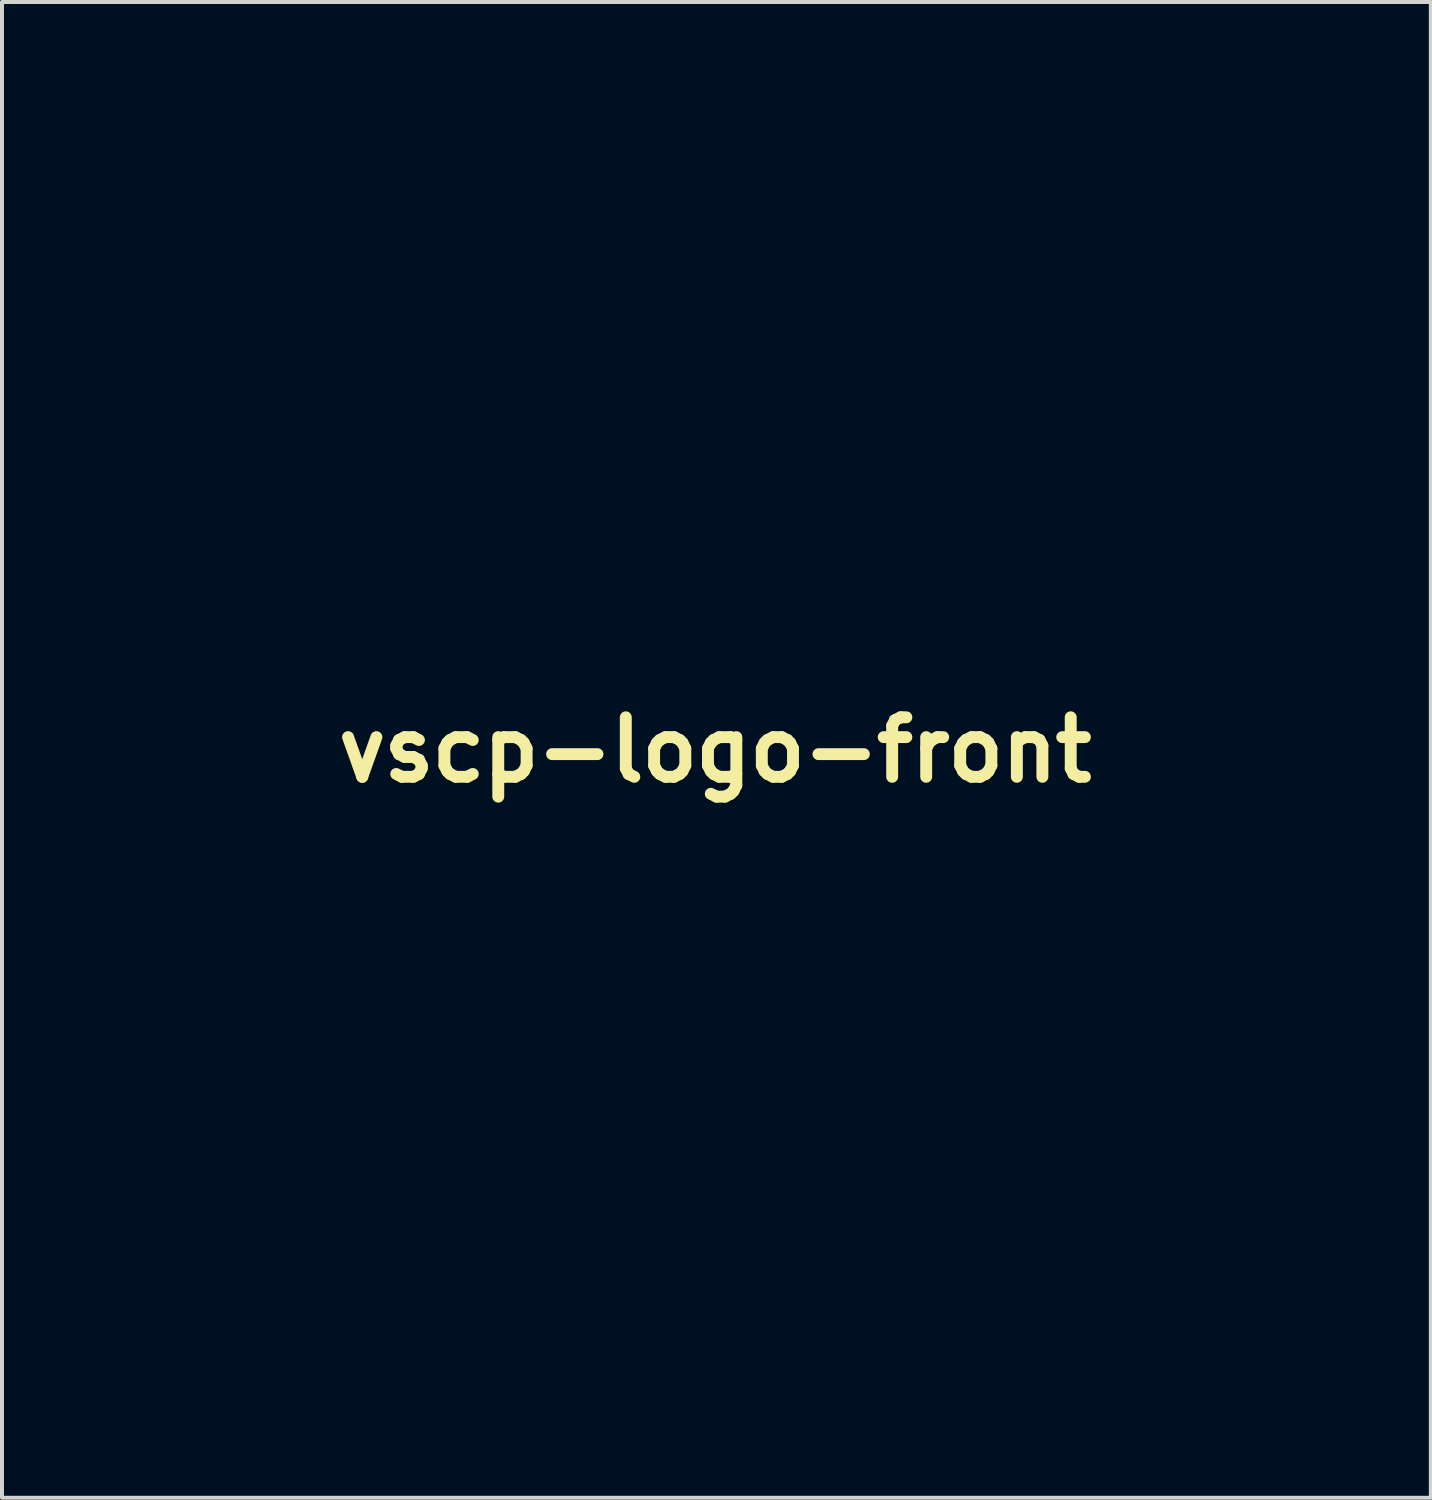
<source format=kicad_pcb>
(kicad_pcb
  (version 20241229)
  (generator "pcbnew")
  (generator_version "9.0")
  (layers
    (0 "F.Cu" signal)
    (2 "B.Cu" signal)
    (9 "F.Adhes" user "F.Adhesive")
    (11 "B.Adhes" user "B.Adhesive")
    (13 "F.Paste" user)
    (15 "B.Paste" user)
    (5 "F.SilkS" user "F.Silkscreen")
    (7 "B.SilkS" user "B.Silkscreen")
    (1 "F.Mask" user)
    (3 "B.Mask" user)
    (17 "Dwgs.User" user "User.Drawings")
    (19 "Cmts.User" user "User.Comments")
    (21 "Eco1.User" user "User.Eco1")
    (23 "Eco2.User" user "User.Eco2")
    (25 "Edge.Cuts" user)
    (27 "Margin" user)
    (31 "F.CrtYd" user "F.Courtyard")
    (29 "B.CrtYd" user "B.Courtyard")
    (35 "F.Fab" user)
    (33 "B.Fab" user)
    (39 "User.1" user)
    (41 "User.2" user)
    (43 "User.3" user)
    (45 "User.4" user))
  (footprint "vscp-logo-front"
    (layer "F.Cu")
    (at 14.973 15.851)
    (property "Reference" "vscp-logo-front" (at 0 0 0) (layer "F.SilkS") (effects (font (size 1.5 1.5) (thickness 0.3))))
    (attr board_only exclude_from_pos_files exclude_from_bom)
    (fp_poly (pts (xy -11.166 -3.618) (xy -11.19 -3.594) (xy -11.214 -3.618) (xy -11.19 -3.642)) (stroke (width 0) (type solid)) (fill yes) (layer "F.Mask"))
    (fp_poly (pts (xy -10.879 -3.091) (xy -10.903 -3.067) (xy -10.927 -3.091) (xy -10.903 -3.115)) (stroke (width 0) (type solid)) (fill yes) (layer "F.Mask"))
    (fp_poly (pts (xy -14.394 -1.162) (xy -14.387 -1.064) (xy -14.394 -1.042) (xy -14.411 -1.036) (xy -14.418 -1.102) (xy -14.41 -1.17)) (stroke (width 0) (type solid)) (fill yes) (layer "F.Mask"))
    (fp_poly (pts (xy -14.345 -2.309) (xy -14.339 -2.234) (xy -14.348 -2.218) (xy -14.37 -2.232) (xy -14.374 -2.28) (xy -14.362 -2.332)) (stroke (width 0) (type solid)) (fill yes) (layer "F.Mask"))
    (fp_poly (pts (xy -14.345 -0.92) (xy -14.339 -0.845) (xy -14.348 -0.828) (xy -14.37 -0.842) (xy -14.374 -0.891) (xy -14.362 -0.942)) (stroke (width 0) (type solid)) (fill yes) (layer "F.Mask"))
    (fp_poly (pts (xy -11.994 -4.342) (xy -12.008 -4.32) (xy -12.057 -4.317) (xy -12.108 -4.329) (xy -12.086 -4.346) (xy -12.011 -4.352)) (stroke (width 0) (type solid)) (fill yes) (layer "F.Mask"))
    (fp_poly (pts (xy -11.23 -0.488) (xy -11.224 -0.413) (xy -11.233 -0.396) (xy -11.255 -0.411) (xy -11.258 -0.459) (xy -11.247 -0.51)) (stroke (width 0) (type solid)) (fill yes) (layer "F.Mask"))
    (fp_poly (pts (xy -11.182 -2.261) (xy -11.176 -2.187) (xy -11.185 -2.17) (xy -11.207 -2.184) (xy -11.211 -2.232) (xy -11.199 -2.284)) (stroke (width 0) (type solid)) (fill yes) (layer "F.Mask"))
    (fp_poly (pts (xy -8.639 -5.349) (xy -8.654 -5.327) (xy -8.702 -5.323) (xy -8.753 -5.335) (xy -8.731 -5.352) (xy -8.656 -5.358)) (stroke (width 0) (type solid)) (fill yes) (layer "F.Mask"))
    (fp_poly (pts (xy -7.825 -5.349) (xy -7.839 -5.327) (xy -7.888 -5.323) (xy -7.939 -5.335) (xy -7.917 -5.352) (xy -7.842 -5.358)) (stroke (width 0) (type solid)) (fill yes) (layer "F.Mask"))
    (fp_poly (pts (xy -14.439 -1.665) (xy -14.431 -1.511) (xy -14.439 -1.402) (xy -14.449 -1.372) (xy -14.457 -1.426) (xy -14.459 -1.534) (xy -14.456 -1.652) (xy -14.448 -1.696)) (stroke (width 0) (type solid)) (fill yes) (layer "F.Mask"))
    (fp_poly (pts (xy -14.392 -2.097) (xy -14.385 -1.975) (xy -14.392 -1.929) (xy -14.406 -1.914) (xy -14.414 -1.98) (xy -14.414 -2.013) (xy -14.409 -2.1) (xy -14.397 -2.11)) (stroke (width 0) (type solid)) (fill yes) (layer "F.Mask"))
    (fp_poly (pts (xy -11.276 -1.737) (xy -11.269 -1.612) (xy -11.277 -1.545) (xy -11.29 -1.534) (xy -11.297 -1.603) (xy -11.298 -1.653) (xy -11.293 -1.746) (xy -11.283 -1.76)) (stroke (width 0) (type solid)) (fill yes) (layer "F.Mask"))
    (fp_poly (pts (xy -11.276 -0.826) (xy -11.269 -0.701) (xy -11.277 -0.634) (xy -11.29 -0.623) (xy -11.297 -0.692) (xy -11.298 -0.743) (xy -11.293 -0.836) (xy -11.283 -0.85)) (stroke (width 0) (type solid)) (fill yes) (layer "F.Mask"))
    (fp_poly (pts (xy -11.231 -2.056) (xy -11.229 -2.048) (xy -11.222 -1.943) (xy -11.231 -1.904) (xy -11.247 -1.902) (xy -11.253 -1.978) (xy -11.253 -1.989) (xy -11.246 -2.063)) (stroke (width 0) (type solid)) (fill yes) (layer "F.Mask"))
    (fp_poly (pts (xy -11.077 -2.588) (xy -11.096 -2.485) (xy -11.118 -2.42) (xy -11.15 -2.368) (xy -11.16 -2.396) (xy -11.141 -2.499) (xy -11.118 -2.564) (xy -11.087 -2.616)) (stroke (width 0) (type solid)) (fill yes) (layer "F.Mask"))
    (fp_poly (pts (xy -8.834 -5.298) (xy -8.866 -5.272) (xy -8.953 -5.231) (xy -8.986 -5.225) (xy -8.994 -5.245) (xy -8.962 -5.272) (xy -8.875 -5.312) (xy -8.842 -5.318)) (stroke (width 0) (type solid)) (fill yes) (layer "F.Mask"))
    (fp_poly (pts (xy -6.583 -3.733) (xy -6.58 -3.725) (xy -6.573 -3.621) (xy -6.582 -3.581) (xy -6.598 -3.58) (xy -6.604 -3.655) (xy -6.604 -3.666) (xy -6.597 -3.741)) (stroke (width 0) (type solid)) (fill yes) (layer "F.Mask"))
    (fp_poly (pts (xy -11.832 -4.286) (xy -11.763 -4.243) (xy -11.697 -4.186) (xy -11.709 -4.178) (xy -11.792 -4.216) (xy -11.837 -4.241) (xy -11.906 -4.289) (xy -11.908 -4.311) (xy -11.906 -4.312)) (stroke (width 0) (type solid)) (fill yes) (layer "F.Mask"))
    (fp_poly (pts (xy -6.531 -3.271) (xy -6.531 -3.27) (xy -6.523 -3.114) (xy -6.531 -2.982) (xy -6.541 -2.956) (xy -6.548 -3.013) (xy -6.551 -3.139) (xy -6.548 -3.262) (xy -6.541 -3.309)) (stroke (width 0) (type solid)) (fill yes) (layer "F.Mask"))
    (fp_poly (pts (xy -8.135 -5.402) (xy -8.099 -5.393) (xy -8.148 -5.386) (xy -8.271 -5.383) (xy -8.291 -5.383) (xy -8.423 -5.385) (xy -8.481 -5.392) (xy -8.456 -5.401) (xy -8.447 -5.402) (xy -8.279 -5.41)) (stroke (width 0) (type solid)) (fill yes) (layer "F.Mask"))
    (fp_poly (pts (xy -14.206 -2.693) (xy -14.245 -2.572) (xy -14.258 -2.54) (xy -14.298 -2.451) (xy -14.321 -2.432) (xy -14.324 -2.444) (xy -14.306 -2.536) (xy -14.26 -2.658) (xy -14.259 -2.66) (xy -14.213 -2.748) (xy -14.195 -2.755)) (stroke (width 0) (type solid)) (fill yes) (layer "F.Mask"))
    (fp_poly (pts (xy -11.12 -3.505) (xy -11.074 -3.39) (xy -11.071 -3.379) (xy -11.039 -3.262) (xy -11.031 -3.191) (xy -11.034 -3.184) (xy -11.059 -3.211) (xy -11.097 -3.303) (xy -11.109 -3.34) (xy -11.143 -3.474) (xy -11.145 -3.531)) (stroke (width 0) (type solid)) (fill yes) (layer "F.Mask"))
    (fp_poly (pts (xy -10.975 -3.039) (xy -10.972 -3.036) (xy -10.95 -2.962) (xy -10.991 -2.835) (xy -10.997 -2.822) (xy -11.038 -2.741) (xy -11.051 -2.731) (xy -11.047 -2.748) (xy -11.028 -2.865) (xy -11.023 -2.961) (xy -11.011 -3.044)) (stroke (width 0) (type solid)) (fill yes) (layer "F.Mask"))
    (fp_poly (pts (xy -9.109 -5.184) (xy -9.196 -5.124) (xy -9.253 -5.09) (xy -9.364 -5.03) (xy -9.432 -5.001) (xy -9.441 -5.003) (xy -9.405 -5.04) (xy -9.318 -5.1) (xy -9.213 -5.162) (xy -9.123 -5.207) (xy -9.082 -5.216)) (stroke (width 0) (type solid)) (fill yes) (layer "F.Mask"))
    (fp_poly (pts (xy -10.62 -3.652) (xy -10.662 -3.551) (xy -10.716 -3.439) (xy -10.799 -3.275) (xy -10.849 -3.187) (xy -10.873 -3.161) (xy -10.879 -3.181) (xy -10.859 -3.242) (xy -10.809 -3.351) (xy -10.744 -3.479) (xy -10.679 -3.597) (xy -10.63 -3.675) (xy -10.614 -3.69)) (stroke (width 0) (type solid)) (fill yes) (layer "F.Mask"))
    (fp_poly (pts (xy -4.567 -9.622) (xy -4.565 -9.595) (xy -4.559 -9.375) (xy -4.56 -9.14) (xy -4.565 -9.02) (xy -4.572 -8.96) (xy -4.577 -8.987) (xy -4.581 -9.094) (xy -4.582 -9.271) (xy -4.582 -9.321) (xy -4.581 -9.511) (xy -4.578 -9.629) (xy -4.573 -9.669)) (stroke (width 0) (type solid)) (fill yes) (layer "F.Mask"))
    (fp_poly (pts (xy -11.592 -4.125) (xy -11.523 -4.063) (xy -11.483 -4.026) (xy -11.379 -3.92) (xy -11.289 -3.816) (xy -11.23 -3.734) (xy -11.218 -3.693) (xy -11.225 -3.692) (xy -11.26 -3.727) (xy -11.34 -3.816) (xy -11.448 -3.94) (xy -11.451 -3.944) (xy -11.558 -4.07) (xy -11.605 -4.129)) (stroke (width 0) (type solid)) (fill yes) (layer "F.Mask"))
    (fp_poly (pts (xy -5.648 -12.565) (xy -5.589 -12.464) (xy -5.517 -12.326) (xy -5.442 -12.176) (xy -5.379 -12.04) (xy -5.338 -11.941) (xy -5.331 -11.906) (xy -5.358 -11.938) (xy -5.416 -12.037) (xy -5.494 -12.185) (xy -5.525 -12.246) (xy -5.603 -12.409) (xy -5.658 -12.533) (xy -5.681 -12.599) (xy -5.679 -12.604)) (stroke (width 0) (type solid)) (fill yes) (layer "F.Mask"))
    (fp_poly (pts (xy -3.801 -10.033) (xy -3.707 -9.954) (xy -3.593 -9.846) (xy -3.477 -9.728) (xy -3.38 -9.621) (xy -3.321 -9.543) (xy -3.312 -9.515) (xy -3.354 -9.536) (xy -3.446 -9.612) (xy -3.569 -9.728) (xy -3.62 -9.778) (xy -3.742 -9.907) (xy -3.826 -10.006) (xy -3.859 -10.059) (xy -3.855 -10.064)) (stroke (width 0) (type solid)) (fill yes) (layer "F.Mask"))
    (fp_poly (pts (xy -12.313 -10.973) (xy -12.223 -10.962) (xy -12.092 -10.938) (xy -11.94 -10.905) (xy -11.791 -10.87) (xy -11.663 -10.836) (xy -11.579 -10.809) (xy -11.56 -10.794) (xy -11.574 -10.793) (xy -11.697 -10.803) (xy -11.872 -10.83) (xy -12.025 -10.86) (xy -12.207 -10.903) (xy -12.325 -10.939) (xy -12.37 -10.963) (xy -12.331 -10.973)) (stroke (width 0) (type solid)) (fill yes) (layer "F.Mask"))
    (fp_poly (pts (xy -5.697 -10.399) (xy -5.793 -10.338) (xy -5.938 -10.259) (xy -5.984 -10.235) (xy -6.17 -10.143) (xy -6.285 -10.09) (xy -6.347 -10.069) (xy -6.371 -10.075) (xy -6.374 -10.088) (xy -6.334 -10.121) (xy -6.232 -10.18) (xy -6.093 -10.252) (xy -5.942 -10.325) (xy -5.804 -10.387) (xy -5.705 -10.425) (xy -5.669 -10.43)) (stroke (width 0) (type solid)) (fill yes) (layer "F.Mask"))
    (fp_poly (pts (xy -4.232 -12.727) (xy -4.243 -12.617) (xy -4.245 -12.604) (xy -4.272 -12.427) (xy -4.314 -12.222) (xy -4.337 -12.125) (xy -4.375 -11.98) (xy -4.393 -11.925) (xy -4.394 -11.954) (xy -4.383 -12.064) (xy -4.382 -12.077) (xy -4.354 -12.254) (xy -4.312 -12.46) (xy -4.289 -12.556) (xy -4.251 -12.701) (xy -4.233 -12.756)) (stroke (width 0) (type solid)) (fill yes) (layer "F.Mask"))
    (fp_poly (pts (xy -10.368 -9.609) (xy -10.39 -9.513) (xy -10.422 -9.358) (xy -10.452 -9.202) (xy -10.488 -9.03) (xy -10.525 -8.89) (xy -10.553 -8.818) (xy -10.581 -8.788) (xy -10.578 -8.844) (xy -10.574 -8.866) (xy -10.553 -8.976) (xy -10.522 -9.141) (xy -10.492 -9.297) (xy -10.456 -9.464) (xy -10.418 -9.595) (xy -10.388 -9.657) (xy -10.359 -9.666)) (stroke (width 0) (type solid)) (fill yes) (layer "F.Mask"))
    (fp_poly (pts (xy -11.279 -12.394) (xy -11.273 -12.388) (xy -11.23 -12.321) (xy -11.169 -12.192) (xy -11.099 -12.028) (xy -11.032 -11.855) (xy -10.976 -11.698) (xy -10.943 -11.582) (xy -10.939 -11.537) (xy -10.962 -11.557) (xy -11.01 -11.649) (xy -11.075 -11.797) (xy -11.113 -11.891) (xy -11.204 -12.121) (xy -11.264 -12.274) (xy -11.297 -12.365) (xy -11.307 -12.407) (xy -11.3 -12.412)) (stroke (width 0) (type solid)) (fill yes) (layer "F.Mask"))
    (fp_poly (pts (xy -2.785 -12.042) (xy -2.828 -11.992) (xy -2.931 -11.898) (xy -3.077 -11.773) (xy -3.229 -11.65) (xy -3.418 -11.502) (xy -3.562 -11.394) (xy -3.656 -11.33) (xy -3.694 -11.314) (xy -3.669 -11.348) (xy -3.575 -11.436) (xy -3.537 -11.471) (xy -3.377 -11.608) (xy -3.211 -11.744) (xy -3.054 -11.867) (xy -2.92 -11.966) (xy -2.825 -12.03) (xy -2.785 -12.046)) (stroke (width 0) (type solid)) (fill yes) (layer "F.Mask"))
    (fp_poly (pts (xy -9.615 -10.036) (xy -9.518 -9.968) (xy -9.383 -9.868) (xy -9.228 -9.749) (xy -9.072 -9.626) (xy -8.932 -9.512) (xy -8.826 -9.423) (xy -8.773 -9.371) (xy -8.77 -9.365) (xy -8.777 -9.351) (xy -8.805 -9.36) (xy -8.866 -9.4) (xy -8.972 -9.48) (xy -9.135 -9.608) (xy -9.24 -9.691) (xy -9.409 -9.828) (xy -9.544 -9.943) (xy -9.631 -10.024) (xy -9.656 -10.057)) (stroke (width 0) (type solid)) (fill yes) (layer "F.Mask"))
    (fp_poly (pts (xy -6.661 -11.531) (xy -6.561 -11.51) (xy -6.395 -11.48) (xy -6.194 -11.445) (xy -6.116 -11.432) (xy -5.924 -11.398) (xy -5.771 -11.366) (xy -5.68 -11.342) (xy -5.664 -11.335) (xy -5.668 -11.318) (xy -5.734 -11.318) (xy -5.872 -11.334) (xy -6.09 -11.369) (xy -6.263 -11.4) (xy -6.459 -11.438) (xy -6.62 -11.475) (xy -6.721 -11.506) (xy -6.742 -11.518) (xy -6.733 -11.538)) (stroke (width 0) (type solid)) (fill yes) (layer "F.Mask"))
    (fp_poly (pts (xy -9.654 -12.785) (xy -9.66 -12.735) (xy -9.689 -12.61) (xy -9.736 -12.427) (xy -9.799 -12.203) (xy -9.822 -12.122) (xy -9.889 -11.898) (xy -9.946 -11.718) (xy -9.988 -11.597) (xy -10.01 -11.549) (xy -10.013 -11.553) (xy -10.002 -11.639) (xy -9.97 -11.78) (xy -9.941 -11.889) (xy -9.849 -12.205) (xy -9.78 -12.44) (xy -9.73 -12.604) (xy -9.695 -12.71) (xy -9.673 -12.767) (xy -9.66 -12.787)) (stroke (width 0) (type solid)) (fill yes) (layer "F.Mask"))
    (fp_poly (pts (xy -9.626 -4.862) (xy -9.695 -4.785) (xy -9.825 -4.653) (xy -9.83 -4.649) (xy -10.007 -4.464) (xy -10.18 -4.267) (xy -10.322 -4.089) (xy -10.376 -4.014) (xy -10.478 -3.864) (xy -10.548 -3.771) (xy -10.581 -3.74) (xy -10.57 -3.778) (xy -10.51 -3.887) (xy -10.398 -4.053) (xy -10.238 -4.256) (xy -10.053 -4.469) (xy -9.867 -4.665) (xy -9.704 -4.817) (xy -9.681 -4.836) (xy -9.62 -4.88)) (stroke (width 0) (type solid)) (fill yes) (layer "F.Mask"))
    (fp_poly (pts (xy -6.653 1.339) (xy -6.579 1.401) (xy -6.462 1.526) (xy -6.454 1.535) (xy -6.302 1.732) (xy -6.195 1.928) (xy -6.142 2.102) (xy -6.15 2.225) (xy -6.204 2.296) (xy -6.267 2.281) (xy -6.329 2.186) (xy -6.364 2.083) (xy -6.453 1.88) (xy -6.601 1.673) (xy -6.622 1.65) (xy -6.73 1.528) (xy -6.779 1.451) (xy -6.779 1.399) (xy -6.749 1.361) (xy -6.704 1.329)) (stroke (width 0) (type solid)) (fill yes) (layer "F.Mask"))
    (fp_poly (pts (xy -8.197 -11.157) (xy -8.198 -11.15) (xy -8.254 -11.132) (xy -8.384 -11.105) (xy -8.568 -11.074) (xy -8.749 -11.046) (xy -8.975 -11.013) (xy -9.176 -10.983) (xy -9.327 -10.958) (xy -9.393 -10.946) (xy -9.47 -10.939) (xy -9.465 -10.965) (xy -9.399 -10.99) (xy -9.261 -11.022) (xy -9.078 -11.053) (xy -8.986 -11.066) (xy -8.766 -11.096) (xy -8.558 -11.124) (xy -8.398 -11.146) (xy -8.363 -11.152) (xy -8.251 -11.163)) (stroke (width 0) (type solid)) (fill yes) (layer "F.Mask"))
    (fp_poly (pts (xy -12.615 -4.345) (xy -12.68 -4.311) (xy -12.781 -4.272) (xy -13.144 -4.1) (xy -13.471 -3.846) (xy -13.766 -3.505) (xy -13.998 -3.139) (xy -14.084 -2.99) (xy -14.149 -2.886) (xy -14.183 -2.844) (xy -14.185 -2.847) (xy -14.157 -2.941) (xy -14.08 -3.089) (xy -13.968 -3.269) (xy -13.834 -3.461) (xy -13.692 -3.645) (xy -13.555 -3.801) (xy -13.534 -3.822) (xy -13.327 -4.007) (xy -13.106 -4.165) (xy -12.892 -4.283) (xy -12.708 -4.35) (xy -12.628 -4.359)) (stroke (width 0) (type solid)) (fill yes) (layer "F.Mask"))
    (fp_poly (pts (xy -12.639 -2.575) (xy -12.602 -2.548) (xy -12.494 -2.46) (xy -12.606 -2.309) (xy -12.704 -2.109) (xy -12.744 -1.874) (xy -12.725 -1.64) (xy -12.647 -1.443) (xy -12.643 -1.438) (xy -12.519 -1.304) (xy -12.377 -1.225) (xy -12.377 -1.225) (xy -12.293 -1.189) (xy -12.251 -1.136) (xy -12.252 -1.047) (xy -12.297 -0.906) (xy -12.385 -0.697) (xy -12.39 -0.686) (xy -12.519 -0.472) (xy -12.673 -0.34) (xy -12.844 -0.295) (xy -13.021 -0.339) (xy -13.125 -0.409) (xy -13.263 -0.58) (xy -13.369 -0.82) (xy -13.439 -1.108) (xy -13.471 -1.423) (xy -13.461 -1.741) (xy -13.406 -2.043) (xy -13.388 -2.101) (xy -13.281 -2.337) (xy -13.14 -2.51) (xy -12.978 -2.612) (xy -12.807 -2.636)) (stroke (width 0) (type solid)) (fill yes) (layer "F.Mask"))
    (fp_poly (pts (xy -2.73 -4.792) (xy -2.7 -4.562) (xy -2.655 -4.33) (xy -2.604 -4.141) (xy -2.597 -4.122) (xy -2.461 -3.745) (xy -2.355 -3.442) (xy -2.273 -3.196) (xy -2.212 -2.989) (xy -2.166 -2.806) (xy -2.131 -2.631) (xy -2.102 -2.445) (xy -2.086 -2.329) (xy -2.053 -2.07) (xy -2.035 -1.895) (xy -2.03 -1.79) (xy -2.038 -1.743) (xy -2.06 -1.743) (xy -2.077 -1.757) (xy -2.098 -1.822) (xy -2.108 -1.941) (xy -2.109 -1.964) (xy -2.125 -2.208) (xy -2.171 -2.508) (xy -2.239 -2.835) (xy -2.323 -3.157) (xy -2.416 -3.441) (xy -2.429 -3.475) (xy -2.565 -3.841) (xy -2.663 -4.14) (xy -2.728 -4.39) (xy -2.763 -4.611) (xy -2.773 -4.82) (xy -2.773 -4.863) (xy -2.766 -5.2)) (stroke (width 0) (type solid)) (fill yes) (layer "F.Mask"))
    (fp_poly (pts (xy -0.589 -5.631) (xy -0.608 -5.504) (xy -0.644 -5.326) (xy -0.676 -5.19) (xy -0.739 -4.889) (xy -0.776 -4.602) (xy -0.786 -4.31) (xy -0.77 -3.993) (xy -0.725 -3.633) (xy -0.652 -3.21) (xy -0.605 -2.971) (xy -0.547 -2.687) (xy -0.494 -2.432) (xy -0.45 -2.221) (xy -0.418 -2.072) (xy -0.401 -2.001) (xy -0.399 -1.931) (xy -0.418 -1.917) (xy -0.439 -1.962) (xy -0.474 -2.088) (xy -0.52 -2.281) (xy -0.575 -2.528) (xy -0.634 -2.816) (xy -0.662 -2.959) (xy -0.742 -3.383) (xy -0.8 -3.731) (xy -0.837 -4.019) (xy -0.854 -4.266) (xy -0.851 -4.487) (xy -0.83 -4.7) (xy -0.792 -4.922) (xy -0.764 -5.05) (xy -0.718 -5.256) (xy -0.678 -5.438) (xy -0.65 -5.567) (xy -0.642 -5.601) (xy -0.615 -5.676) (xy -0.59 -5.686)) (stroke (width 0) (type solid)) (fill yes) (layer "F.Mask"))
    (fp_poly (pts (xy 8.282 -12.199) (xy 8.327 -12.195) (xy 8.661 -12.133) (xy 9.004 -12.021) (xy 9.332 -11.869) (xy 9.621 -11.691) (xy 9.846 -11.496) (xy 9.903 -11.429) (xy 10.02 -11.286) (xy 10.159 -11.124) (xy 10.222 -11.054) (xy 10.397 -10.797) (xy 10.524 -10.461) (xy 10.603 -10.046) (xy 10.627 -9.765) (xy 10.635 -9.566) (xy 10.635 -9.41) (xy 10.629 -9.316) (xy 10.622 -9.297) (xy 10.605 -9.341) (xy 10.594 -9.453) (xy 10.591 -9.573) (xy 10.57 -9.934) (xy 10.514 -10.284) (xy 10.427 -10.591) (xy 10.378 -10.711) (xy 10.295 -10.851) (xy 10.166 -11.031) (xy 10.011 -11.221) (xy 9.922 -11.321) (xy 9.621 -11.606) (xy 9.3 -11.826) (xy 8.935 -11.993) (xy 8.503 -12.121) (xy 8.483 -12.125) (xy 8.303 -12.168) (xy 8.213 -12.194) (xy 8.208 -12.203)) (stroke (width 0) (type solid)) (fill yes) (layer "F.Mask"))
    (fp_poly (pts (xy 9.359 -12.752) (xy 9.526 -12.724) (xy 9.726 -12.678) (xy 9.939 -12.619) (xy 10.001 -12.599) (xy 10.279 -12.486) (xy 10.554 -12.333) (xy 10.798 -12.16) (xy 10.982 -11.984) (xy 11.005 -11.956) (xy 11.125 -11.807) (xy 11.253 -11.662) (xy 11.281 -11.632) (xy 11.383 -11.5) (xy 11.486 -11.329) (xy 11.529 -11.242) (xy 11.603 -11.032) (xy 11.665 -10.766) (xy 11.711 -10.482) (xy 11.733 -10.217) (xy 11.729 -10.04) (xy 11.718 -9.934) (xy 11.71 -9.911) (xy 11.705 -9.975) (xy 11.7 -10.088) (xy 11.678 -10.349) (xy 11.635 -10.633) (xy 11.577 -10.907) (xy 11.512 -11.141) (xy 11.459 -11.275) (xy 11.344 -11.461) (xy 11.169 -11.677) (xy 10.958 -11.901) (xy 10.732 -12.112) (xy 10.512 -12.287) (xy 10.324 -12.405) (xy 10.091 -12.506) (xy 9.837 -12.595) (xy 9.591 -12.662) (xy 9.387 -12.697) (xy 9.326 -12.7) (xy 9.234 -12.714) (xy 9.202 -12.741) (xy 9.244 -12.759)) (stroke (width 0) (type solid)) (fill yes) (layer "F.Mask"))
    (fp_poly (pts (xy -9.156 -2.599) (xy -9.044 -2.557) (xy -8.948 -2.504) (xy -8.929 -2.473) (xy -8.981 -2.446) (xy -8.999 -2.439) (xy -9.146 -2.335) (xy -9.244 -2.158) (xy -9.286 -1.918) (xy -9.285 -1.779) (xy -9.27 -1.603) (xy -9.241 -1.489) (xy -9.184 -1.404) (xy -9.114 -1.336) (xy -8.997 -1.249) (xy -8.893 -1.202) (xy -8.869 -1.198) (xy -8.766 -1.231) (xy -8.646 -1.311) (xy -8.54 -1.413) (xy -8.481 -1.507) (xy -8.478 -1.526) (xy -8.466 -1.541) (xy -8.442 -1.476) (xy -8.437 -1.455) (xy -8.42 -1.256) (xy -8.444 -1.009) (xy -8.502 -0.751) (xy -8.587 -0.519) (xy -8.615 -0.465) (xy -8.781 -0.239) (xy -8.994 -0.072) (xy -9.232 0.028) (xy -9.479 0.055) (xy -9.716 0.002) (xy -9.804 -0.042) (xy -10.031 -0.233) (xy -10.203 -0.482) (xy -10.32 -0.774) (xy -10.381 -1.092) (xy -10.389 -1.42) (xy -10.342 -1.741) (xy -10.24 -2.039) (xy -10.085 -2.298) (xy -9.877 -2.5) (xy -9.767 -2.568) (xy -9.588 -2.622) (xy -9.369 -2.632)) (stroke (width 0) (type solid)) (fill yes) (layer "F.Mask"))
    (fp_poly (pts (xy 2.284 -14.937) (xy 2.259 -14.914) (xy 2.166 -14.889) (xy 2.126 -14.881) (xy 1.631 -14.762) (xy 1.145 -14.568) (xy 0.693 -14.311) (xy 0.299 -14.004) (xy 0.219 -13.927) (xy 0.065 -13.782) (xy -0.075 -13.674) (xy -0.233 -13.583) (xy -0.438 -13.492) (xy -0.549 -13.447) (xy -0.803 -13.341) (xy -1.097 -13.21) (xy -1.384 -13.075) (xy -1.527 -13.004) (xy -1.748 -12.892) (xy -1.898 -12.817) (xy -1.99 -12.774) (xy -2.039 -12.756) (xy -2.058 -12.757) (xy -2.061 -12.771) (xy -2.061 -12.772) (xy -2.02 -12.803) (xy -1.907 -12.867) (xy -1.74 -12.954) (xy -1.534 -13.057) (xy -1.304 -13.167) (xy -1.069 -13.278) (xy -0.842 -13.381) (xy -0.642 -13.468) (xy -0.527 -13.515) (xy -0.314 -13.607) (xy -0.14 -13.702) (xy 0.027 -13.824) (xy 0.219 -13.992) (xy 0.257 -14.028) (xy 0.524 -14.258) (xy 0.784 -14.437) (xy 1.072 -14.591) (xy 1.269 -14.677) (xy 1.491 -14.76) (xy 1.719 -14.834) (xy 1.932 -14.894) (xy 2.11 -14.933) (xy 2.236 -14.948)) (stroke (width 0) (type solid)) (fill yes) (layer "F.Mask"))
    (fp_poly (pts (xy 1.55 -15.848) (xy 1.542 -15.826) (xy 1.461 -15.791) (xy 1.39 -15.77) (xy 1.029 -15.635) (xy 0.638 -15.421) (xy 0.23 -15.134) (xy -0.185 -14.782) (xy -0.24 -14.731) (xy -0.423 -14.582) (xy -0.685 -14.407) (xy -1.013 -14.212) (xy -1.396 -14.003) (xy -1.821 -13.787) (xy -2.278 -13.571) (xy -2.351 -13.538) (xy -2.595 -13.428) (xy -2.765 -13.352) (xy -2.874 -13.306) (xy -2.936 -13.284) (xy -2.964 -13.282) (xy -2.971 -13.293) (xy -2.971 -13.298) (xy -2.931 -13.327) (xy -2.827 -13.379) (xy -2.72 -13.426) (xy -2.602 -13.479) (xy -2.416 -13.567) (xy -2.177 -13.683) (xy -1.904 -13.818) (xy -1.611 -13.964) (xy -1.512 -14.014) (xy -1.187 -14.179) (xy -0.933 -14.314) (xy -0.733 -14.426) (xy -0.572 -14.528) (xy -0.433 -14.628) (xy -0.302 -14.736) (xy -0.165 -14.859) (xy 0.03 -15.032) (xy 0.234 -15.203) (xy 0.418 -15.345) (xy 0.506 -15.408) (xy 0.67 -15.506) (xy 0.866 -15.606) (xy 1.072 -15.7) (xy 1.266 -15.778) (xy 1.426 -15.832) (xy 1.531 -15.851)) (stroke (width 0) (type solid)) (fill yes) (layer "F.Mask"))
    (fp_poly (pts (xy -6.581 1.84) (xy -6.566 1.89) (xy -6.566 1.902) (xy -6.59 1.967) (xy -6.675 2.017) (xy -6.801 2.055) (xy -7.024 2.131) (xy -7.236 2.249) (xy -7.456 2.419) (xy -7.698 2.654) (xy -7.837 2.804) (xy -8.116 3.112) (xy -8.342 3.358) (xy -8.524 3.55) (xy -8.672 3.698) (xy -8.797 3.81) (xy -8.908 3.897) (xy -9.014 3.966) (xy -9.127 4.029) (xy -9.192 4.061) (xy -9.387 4.152) (xy -9.546 4.206) (xy -9.713 4.236) (xy -9.928 4.25) (xy -9.961 4.251) (xy -10.3 4.246) (xy -10.6 4.202) (xy -10.711 4.174) (xy -11.216 4.007) (xy -11.756 3.774) (xy -12.31 3.486) (xy -12.739 3.228) (xy -12.878 3.134) (xy -12.947 3.073) (xy -12.958 3.028) (xy -12.931 2.99) (xy -12.893 2.966) (xy -12.838 2.967) (xy -12.751 2.998) (xy -12.618 3.067) (xy -12.425 3.177) (xy -12.326 3.236) (xy -11.769 3.54) (xy -11.238 3.778) (xy -10.744 3.945) (xy -10.5 4.004) (xy -10.105 4.058) (xy -9.754 4.045) (xy -9.433 3.961) (xy -9.127 3.799) (xy -8.822 3.555) (xy -8.568 3.297) (xy -8.272 2.973) (xy -8.031 2.713) (xy -7.835 2.508) (xy -7.675 2.349) (xy -7.543 2.228) (xy -7.429 2.137) (xy -7.325 2.067) (xy -7.242 2.02) (xy -7.061 1.935) (xy -6.877 1.868) (xy -6.766 1.841) (xy -6.64 1.826)) (stroke (width 0) (type solid)) (fill yes) (layer "F.Mask"))
    (fp_poly (pts (xy -10.323 -11.217) (xy -10.102 -11.146) (xy -9.927 -11.016) (xy -9.806 -10.833) (xy -9.753 -10.625) (xy -9.771 -10.447) (xy -9.881 -10.23) (xy -10.055 -10.078) (xy -10.284 -9.995) (xy -10.561 -9.984) (xy -10.856 -10.041) (xy -10.931 -10.016) (xy -11.036 -9.916) (xy -11.166 -9.753) (xy -11.311 -9.541) (xy -11.466 -9.292) (xy -11.622 -9.019) (xy -11.772 -8.734) (xy -11.909 -8.45) (xy -12.026 -8.18) (xy -12.114 -7.937) (xy -12.146 -7.824) (xy -12.226 -7.426) (xy -12.271 -6.981) (xy -12.282 -6.479) (xy -12.258 -5.91) (xy -12.201 -5.264) (xy -12.17 -5) (xy -12.145 -4.775) (xy -12.134 -4.625) (xy -12.138 -4.531) (xy -12.158 -4.472) (xy -12.186 -4.437) (xy -12.294 -4.378) (xy -12.373 -4.368) (xy -12.447 -4.374) (xy -12.427 -4.385) (xy -12.385 -4.394) (xy -12.341 -4.406) (xy -12.316 -4.433) (xy -12.307 -4.493) (xy -12.316 -4.603) (xy -12.339 -4.782) (xy -12.356 -4.902) (xy -12.384 -5.157) (xy -12.406 -5.489) (xy -12.422 -5.88) (xy -12.431 -6.311) (xy -12.432 -6.446) (xy -12.433 -6.799) (xy -12.431 -7.073) (xy -12.425 -7.284) (xy -12.414 -7.45) (xy -12.396 -7.588) (xy -12.371 -7.713) (xy -12.337 -7.843) (xy -12.326 -7.884) (xy -12.136 -8.412) (xy -11.867 -8.97) (xy -11.524 -9.544) (xy -11.443 -9.666) (xy -11.08 -10.202) (xy -11.157 -10.415) (xy -11.201 -10.554) (xy -11.203 -10.587) (xy -10.973 -10.587) (xy -10.933 -10.41) (xy -10.822 -10.277) (xy -10.658 -10.195) (xy -10.459 -10.175) (xy -10.244 -10.224) (xy -10.234 -10.228) (xy -10.073 -10.335) (xy -9.986 -10.476) (xy -9.969 -10.631) (xy -10.016 -10.783) (xy -10.122 -10.911) (xy -10.282 -10.997) (xy -10.454 -11.023) (xy -10.691 -10.99) (xy -10.857 -10.895) (xy -10.952 -10.738) (xy -10.973 -10.587) (xy -11.203 -10.587) (xy -11.207 -10.653) (xy -11.173 -10.762) (xy -11.144 -10.826) (xy -11.007 -11.024) (xy -10.811 -11.159) (xy -10.577 -11.225)) (stroke (width 0) (type solid)) (fill yes) (layer "F.Mask"))
    (fp_poly (pts (xy -4.319 -11.537) (xy -4.073 -11.41) (xy -3.916 -11.265) (xy -3.828 -11.133) (xy -3.791 -10.987) (xy -3.786 -10.877) (xy -3.799 -10.71) (xy -3.85 -10.584) (xy -3.941 -10.466) (xy -4.124 -10.299) (xy -4.331 -10.202) (xy -4.586 -10.165) (xy -4.726 -10.165) (xy -5.032 -10.176) (xy -5.184 -9.87) (xy -5.358 -9.592) (xy -5.618 -9.281) (xy -5.964 -8.936) (xy -6.399 -8.557) (xy -6.566 -8.421) (xy -6.934 -8.107) (xy -7.223 -7.817) (xy -7.438 -7.539) (xy -7.589 -7.259) (xy -7.683 -6.963) (xy -7.727 -6.639) (xy -7.733 -6.398) (xy -7.722 -6.159) (xy -7.696 -5.916) (xy -7.66 -5.713) (xy -7.652 -5.679) (xy -7.615 -5.511) (xy -7.607 -5.405) (xy -7.621 -5.376) (xy -7.667 -5.331) (xy -7.633 -5.277) (xy -7.576 -5.249) (xy -7.437 -5.176) (xy -7.271 -5.046) (xy -7.103 -4.881) (xy -6.963 -4.71) (xy -6.859 -4.542) (xy -6.763 -4.35) (xy -6.685 -4.16) (xy -6.635 -3.997) (xy -6.626 -3.889) (xy -6.626 -3.886) (xy -6.644 -3.876) (xy -6.669 -3.945) (xy -6.676 -3.978) (xy -6.767 -4.262) (xy -6.916 -4.548) (xy -7.106 -4.813) (xy -7.32 -5.033) (xy -7.541 -5.185) (xy -7.569 -5.199) (xy -7.672 -5.251) (xy -7.737 -5.311) (xy -7.78 -5.406) (xy -7.82 -5.562) (xy -7.829 -5.601) (xy -7.912 -6.067) (xy -7.937 -6.475) (xy -7.904 -6.843) (xy -7.811 -7.19) (xy -7.72 -7.411) (xy -7.617 -7.601) (xy -7.483 -7.792) (xy -7.307 -7.994) (xy -7.08 -8.218) (xy -6.793 -8.474) (xy -6.457 -8.754) (xy -6.118 -9.041) (xy -5.85 -9.291) (xy -5.642 -9.519) (xy -5.481 -9.736) (xy -5.356 -9.956) (xy -5.333 -10.004) (xy -5.217 -10.256) (xy -5.362 -10.402) (xy -5.51 -10.606) (xy -5.572 -10.829) (xy -5.569 -10.86) (xy -5.368 -10.86) (xy -5.324 -10.685) (xy -5.206 -10.539) (xy -5.032 -10.431) (xy -4.821 -10.368) (xy -4.591 -10.358) (xy -4.363 -10.41) (xy -4.344 -10.418) (xy -4.146 -10.539) (xy -4.026 -10.695) (xy -3.987 -10.871) (xy -4.034 -11.052) (xy -4.136 -11.191) (xy -4.318 -11.319) (xy -4.528 -11.384) (xy -4.749 -11.391) (xy -4.961 -11.346) (xy -5.146 -11.252) (xy -5.285 -11.117) (xy -5.36 -10.943) (xy -5.368 -10.86) (xy -5.569 -10.86) (xy -5.549 -11.051) (xy -5.441 -11.255) (xy -5.38 -11.322) (xy -5.146 -11.486) (xy -4.877 -11.575) (xy -4.595 -11.592)) (stroke (width 0) (type solid)) (fill yes) (layer "F.Mask"))
    (fp_poly (pts (xy 1.06 -12.444) (xy 1.199 -12.398) (xy 1.354 -12.326) (xy 1.625 -12.171) (xy 1.82 -12.003) (xy 1.956 -11.8) (xy 2.053 -11.541) (xy 2.065 -11.497) (xy 2.159 -11.057) (xy 2.211 -10.603) (xy 2.219 -10.124) (xy 2.183 -9.612) (xy 2.102 -9.056) (xy 1.974 -8.446) (xy 1.799 -7.773) (xy 1.604 -7.117) (xy 1.512 -6.822) (xy 1.417 -6.516) (xy 1.328 -6.229) (xy 1.255 -5.993) (xy 1.239 -5.943) (xy 1.197 -5.796) (xy 1.136 -5.568) (xy 1.06 -5.273) (xy 0.971 -4.924) (xy 0.873 -4.532) (xy 0.769 -4.112) (xy 0.663 -3.676) (xy 0.629 -3.533) (xy 0.158 -1.578) (xy 0.519 -1.592) (xy 0.879 -1.605) (xy 0.899 -1.653) (xy 0.963 -1.653) (xy 1.452 -1.623) (xy 1.718 -1.609) (xy 2.005 -1.597) (xy 2.263 -1.589) (xy 2.34 -1.587) (xy 2.738 -1.582) (xy 2.955 -2.049) (xy 3.165 -2.495) (xy 3.372 -2.927) (xy 3.571 -3.333) (xy 3.757 -3.703) (xy 3.924 -4.024) (xy 4.065 -4.287) (xy 4.176 -4.478) (xy 4.216 -4.542) (xy 4.377 -4.749) (xy 4.584 -4.951) (xy 4.857 -5.17) (xy 5.08 -5.342) (xy 5.318 -5.534) (xy 5.535 -5.715) (xy 5.631 -5.801) (xy 5.967 -6.104) (xy 5.655 -5.78) (xy 5.479 -5.609) (xy 5.258 -5.413) (xy 5.027 -5.222) (xy 4.897 -5.12) (xy 4.76 -5.015) (xy 4.638 -4.913) (xy 4.525 -4.807) (xy 4.418 -4.689) (xy 4.311 -4.551) (xy 4.2 -4.386) (xy 4.079 -4.186) (xy 3.946 -3.943) (xy 3.794 -3.649) (xy 3.618 -3.297) (xy 3.415 -2.879) (xy 3.18 -2.387) (xy 2.991 -1.989) (xy 2.908 -1.814) (xy 2.84 -1.674) (xy 2.799 -1.59) (xy 2.792 -1.577) (xy 2.823 -1.555) (xy 2.924 -1.537) (xy 3.071 -1.523) (xy 3.236 -1.516) (xy 3.396 -1.516) (xy 3.525 -1.525) (xy 3.579 -1.535) (xy 3.72 -1.573) (xy 3.884 -1.605) (xy 3.904 -1.608) (xy 4.016 -1.638) (xy 4.127 -1.701) (xy 4.257 -1.812) (xy 4.39 -1.944) (xy 4.507 -2.073) (xy 4.614 -2.209) (xy 4.722 -2.369) (xy 4.841 -2.57) (xy 4.981 -2.828) (xy 5.123 -3.103) (xy 5.383 -3.59) (xy 5.617 -3.99) (xy 5.829 -4.305) (xy 6.019 -4.539) (xy 6.189 -4.694) (xy 6.395 -4.792) (xy 6.661 -4.833) (xy 6.967 -4.815) (xy 7.172 -4.773) (xy 7.371 -4.731) (xy 7.571 -4.703) (xy 7.683 -4.697) (xy 7.945 -4.726) (xy 8.243 -4.807) (xy 8.54 -4.929) (xy 8.724 -5.029) (xy 8.858 -5.106) (xy 8.956 -5.153) (xy 8.993 -5.16) (xy 8.973 -5.123) (xy 8.884 -5.059) (xy 8.748 -4.978) (xy 8.585 -4.892) (xy 8.415 -4.812) (xy 8.258 -4.75) (xy 8.245 -4.745) (xy 7.961 -4.674) (xy 7.663 -4.653) (xy 7.326 -4.682) (xy 7.068 -4.728) (xy 6.836 -4.767) (xy 6.635 -4.782) (xy 6.513 -4.775) (xy 6.345 -4.716) (xy 6.173 -4.596) (xy 5.992 -4.412) (xy 5.798 -4.156) (xy 5.586 -3.825) (xy 5.354 -3.412) (xy 5.137 -2.995) (xy 5.002 -2.738) (xy 4.861 -2.489) (xy 4.727 -2.27) (xy 4.616 -2.107) (xy 4.583 -2.064) (xy 4.404 -1.872) (xy 4.217 -1.711) (xy 4.042 -1.594) (xy 3.897 -1.536) (xy 3.863 -1.533) (xy 3.744 -1.51) (xy 3.69 -1.486) (xy 3.664 -1.454) (xy 3.719 -1.439) (xy 3.786 -1.436) (xy 3.9 -1.425) (xy 4.082 -1.398) (xy 4.304 -1.358) (xy 4.505 -1.319) (xy 4.738 -1.275) (xy 4.949 -1.241) (xy 5.114 -1.221) (xy 5.2 -1.219) (xy 5.289 -1.236) (xy 5.453 -1.275) (xy 5.677 -1.333) (xy 5.944 -1.406) (xy 6.237 -1.488) (xy 6.302 -1.506) (xy 6.841 -1.663) (xy 7.295 -1.8) (xy 7.673 -1.921) (xy 7.983 -2.028) (xy 8.233 -2.125) (xy 8.432 -2.214) (xy 8.587 -2.299) (xy 8.945 -2.557) (xy 9.246 -2.866) (xy 9.493 -3.234) (xy 9.692 -3.668) (xy 9.846 -4.177) (xy 9.949 -4.693) (xy 9.988 -4.993) (xy 10.02 -5.351) (xy 10.045 -5.752) (xy 10.062 -6.18) (xy 10.072 -6.619) (xy 10.075 -7.055) (xy 10.069 -7.472) (xy 10.056 -7.855) (xy 10.036 -8.189) (xy 10.007 -8.458) (xy 9.97 -8.648) (xy 9.97 -8.65) (xy 9.774 -9.267) (xy 9.565 -9.792) (xy 9.34 -10.228) (xy 9.097 -10.58) (xy 8.832 -10.85) (xy 8.544 -11.042) (xy 8.228 -11.16) (xy 7.952 -11.203) (xy 7.58 -11.191) (xy 7.197 -11.099) (xy 6.798 -10.926) (xy 6.379 -10.669) (xy 5.938 -10.327) (xy 5.47 -9.898) (xy 5.27 -9.697) (xy 4.666 -9.026) (xy 4.117 -8.311) (xy 3.608 -7.531) (xy 3.442 -7.25) (xy 3.297 -6.999) (xy 3.163 -6.769) (xy 3.05 -6.577) (xy 2.967 -6.438) (xy 2.927 -6.374) (xy 2.871 -6.271) (xy 2.798 -6.111) (xy 2.722 -5.924) (xy 2.711 -5.895) (xy 2.651 -5.741) (xy 2.56 -5.512) (xy 2.443 -5.222) (xy 2.306 -4.885) (xy 2.155 -4.514) (xy 1.995 -4.123) (xy 1.832 -3.726) (xy 1.671 -3.336) (xy 1.517 -2.967) (xy 1.378 -2.633) (xy 1.257 -2.347) (xy 1.228 -2.276) (xy 0.963 -1.653) (xy 0.899 -1.653) (xy 1.423 -2.899) (xy 1.612 -3.35) (xy 1.798 -3.8) (xy 1.979 -4.238) (xy 2.15 -4.657) (xy 2.308 -5.048) (xy 2.449 -5.4) (xy 2.57 -5.705) (xy 2.667 -5.955) (xy 2.736 -6.139) (xy 2.774 -6.25) (xy 2.78 -6.276) (xy 2.81 -6.349) (xy 2.868 -6.425) (xy 2.92 -6.497) (xy 3.009 -6.636) (xy 3.127 -6.828) (xy 3.262 -7.057) (xy 3.383 -7.267) (xy 3.742 -7.857) (xy 4.132 -8.427) (xy 4.545 -8.97) (xy 4.972 -9.474) (xy 5.404 -9.93) (xy 5.832 -10.328) (xy 6.247 -10.658) (xy 6.64 -10.911) (xy 6.752 -10.97) (xy 7.063 -11.113) (xy 7.33 -11.204) (xy 7.584 -11.249) (xy 7.856 -11.256) (xy 7.926 -11.253) (xy 8.157 -11.234) (xy 8.333 -11.198) (xy 8.491 -11.135) (xy 8.571 -11.094) (xy 8.89 -10.868) (xy 9.184 -10.554) (xy 9.45 -10.157) (xy 9.685 -9.682) (xy 9.886 -9.135) (xy 10.019 -8.65) (xy 10.067 -8.384) (xy 10.105 -8.042) (xy 10.132 -7.64) (xy 10.147 -7.198) (xy 10.15 -6.735) (xy 10.141 -6.268) (xy 10.118 -5.816) (xy 10.117 -5.799) (xy 10.055 -5.117) (xy 9.97 -4.52) (xy 9.858 -4.003) (xy 9.714 -3.557) (xy 9.535 -3.174) (xy 9.316 -2.847) (xy 9.055 -2.569) (xy 8.747 -2.331) (xy 8.389 -2.127) (xy 8.217 -2.047) (xy 8.092 -2) (xy 7.891 -1.932) (xy 7.629 -1.848) (xy 7.322 -1.753) (xy 6.986 -1.652) (xy 6.663 -1.559) (xy 6.331 -1.463) (xy 6.03 -1.376) (xy 5.772 -1.299) (xy 5.569 -1.238) (xy 5.433 -1.196) (xy 5.377 -1.175) (xy 5.376 -1.175) (xy 5.37 -1.161) (xy 5.388 -1.145) (xy 5.446 -1.123) (xy 5.556 -1.09) (xy 5.733 -1.041) (xy 5.964 -0.979) (xy 6.197 -0.911) (xy 6.483 -0.816) (xy 6.785 -0.709) (xy 7.068 -0.6) (xy 7.075 -0.597) (xy 7.905 -0.234) (xy 8.652 0.159) (xy 9.328 0.59) (xy 9.942 1.064) (xy 10.506 1.59) (xy 10.751 1.851) (xy 11.224 2.415) (xy 11.607 2.965) (xy 11.904 3.508) (xy 12.119 4.051) (xy 12.256 4.603) (xy 12.309 5.027) (xy 12.341 5.439) (xy 13.698 5.452) (xy 14.095 5.456) (xy 14.406 5.461) (xy 14.642 5.466) (xy 14.812 5.474) (xy 14.927 5.483) (xy 14.996 5.496) (xy 15.031 5.513) (xy 15.04 5.535) (xy 15.039 5.547) (xy 14.988 5.613) (xy 14.854 5.687) (xy 14.634 5.771) (xy 14.323 5.867) (xy 14.323 5.867) (xy 14.136 5.933) (xy 13.957 6.016) (xy 13.878 6.063) (xy 13.805 6.109) (xy 13.732 6.142) (xy 13.643 6.163) (xy 13.518 6.175) (xy 13.339 6.181) (xy 13.088 6.182) (xy 12.992 6.182) (xy 12.281 6.182) (xy 12.224 6.472) (xy 12.179 6.648) (xy 12.126 6.761) (xy 12.094 6.791) (xy 12.051 6.826) (xy 12.076 6.852) (xy 12.089 6.914) (xy 12.057 7.04) (xy 11.988 7.217) (xy 11.89 7.431) (xy 11.771 7.665) (xy 11.638 7.906) (xy 11.499 8.139) (xy 11.363 8.35) (xy 11.236 8.522) (xy 11.127 8.643) (xy 11.124 8.645) (xy 11.025 8.735) (xy 11.241 8.873) (xy 11.366 8.944) (xy 11.481 8.986) (xy 11.621 9.005) (xy 11.821 9.01) (xy 11.834 9.01) (xy 12.276 9.046) (xy 12.67 9.158) (xy 13.028 9.353) (xy 13.363 9.634) (xy 13.497 9.777) (xy 13.621 9.916) (xy 13.725 10.032) (xy 13.789 10.102) (xy 13.791 10.105) (xy 13.91 10.281) (xy 13.996 10.514) (xy 14.025 10.658) (xy 14.037 10.792) (xy 14.021 10.861) (xy 13.969 10.891) (xy 13.964 10.893) (xy 13.9 10.911) (xy 13.93 10.919) (xy 13.965 10.921) (xy 14.019 10.937) (xy 14.038 10.99) (xy 14.03 11.107) (xy 14.025 11.143) (xy 13.967 11.39) (xy 13.854 11.607) (xy 13.672 11.826) (xy 13.631 11.868) (xy 13.311 12.121) (xy 12.944 12.294) (xy 12.526 12.39) (xy 12.173 12.411) (xy 11.799 12.39) (xy 11.472 12.32) (xy 11.181 12.197) (xy 11.454 12.197) (xy 11.478 12.221) (xy 11.502 12.197) (xy 12.844 12.197) (xy 12.868 12.221) (xy 12.892 12.197) (xy 12.868 12.173) (xy 12.844 12.197) (xy 11.502 12.197) (xy 11.478 12.173) (xy 11.454 12.197) (xy 11.181 12.197) (xy 11.171 12.193) (xy 10.874 11.998) (xy 10.704 11.851) (xy 13.379 11.851) (xy 13.39 11.878) (xy 13.439 11.929) (xy 13.466 11.919) (xy 13.467 11.912) (xy 13.433 11.872) (xy 13.411 11.857) (xy 13.379 11.851) (xy 10.704 11.851) (xy 10.559 11.726) (xy 10.536 11.704) (xy 10.305 11.473) (xy 10.142 11.275) (xy 10.034 11.089) (xy 9.969 10.895) (xy 9.936 10.672) (xy 9.931 10.611) (xy 9.935 10.45) (xy 10.307 10.45) (xy 10.322 10.736) (xy 10.378 10.916) (xy 10.529 11.161) (xy 10.759 11.373) (xy 11.05 11.542) (xy 11.346 11.645) (xy 11.589 11.678) (xy 11.877 11.678) (xy 12.173 11.646) (xy 12.438 11.586) (xy 12.564 11.539) (xy 12.673 11.478) (xy 13.802 11.478) (xy 13.826 11.502) (xy 13.85 11.478) (xy 13.826 11.454) (xy 13.802 11.478) (xy 12.673 11.478) (xy 12.86 11.374) (xy 13.075 11.184) (xy 13.076 11.182) (xy 13.866 11.182) (xy 13.873 11.211) (xy 13.898 11.214) (xy 13.938 11.197) (xy 13.93 11.182) (xy 13.873 11.177) (xy 13.866 11.182) (xy 13.076 11.182) (xy 13.223 10.958) (xy 13.311 10.677) (xy 13.311 10.607) (xy 13.866 10.607) (xy 13.873 10.636) (xy 13.898 10.639) (xy 13.938 10.622) (xy 13.93 10.607) (xy 13.873 10.602) (xy 13.866 10.607) (xy 13.311 10.607) (xy 13.309 10.395) (xy 13.287 10.328) (xy 13.802 10.328) (xy 13.826 10.352) (xy 13.85 10.328) (xy 13.826 10.304) (xy 13.802 10.328) (xy 13.287 10.328) (xy 13.222 10.125) (xy 13.054 9.877) (xy 12.811 9.662) (xy 12.559 9.518) (xy 12.357 9.456) (xy 12.095 9.42) (xy 11.802 9.408) (xy 11.511 9.422) (xy 11.252 9.46) (xy 11.068 9.518) (xy 10.765 9.699) (xy 10.534 9.921) (xy 10.38 10.175) (xy 10.307 10.45) (xy 9.935 10.45) (xy 9.939 10.303) (xy 10.014 10.028) (xy 10.163 9.758) (xy 10.259 9.629) (xy 10.349 9.508) (xy 10.372 9.453) (xy 10.327 9.466) (xy 10.216 9.546) (xy 10.119 9.624) (xy 9.893 9.803) (xy 9.682 9.958) (xy 9.499 10.08) (xy 9.359 10.16) (xy 9.274 10.189) (xy 9.264 10.187) (xy 9.216 10.193) (xy 9.214 10.213) (xy 9.18 10.262) (xy 9.072 10.342) (xy 8.905 10.446) (xy 8.692 10.565) (xy 8.448 10.692) (xy 8.186 10.818) (xy 8.036 10.887) (xy 7.565 11.095) (xy 7.596 11.31) (xy 7.627 11.51) (xy 7.657 11.635) (xy 7.7 11.705) (xy 7.768 11.74) (xy 7.872 11.761) (xy 7.875 11.761) (xy 8.149 11.834) (xy 8.414 11.969) (xy 8.687 12.178) (xy 8.939 12.423) (xy 9.17 12.683) (xy 9.333 12.911) (xy 9.44 13.128) (xy 9.503 13.358) (xy 9.525 13.529) (xy 9.536 13.697) (xy 9.526 13.798) (xy 9.49 13.859) (xy 9.463 13.881) (xy 9.416 13.931) (xy 9.435 13.946) (xy 9.465 13.982) (xy 9.461 14.064) (xy 9.428 14.15) (xy 9.399 14.186) (xy 9.363 14.249) (xy 9.353 14.282) (xy 9.301 14.393) (xy 9.197 14.534) (xy 9.065 14.678) (xy 8.948 14.78) (xy 8.69 14.937) (xy 8.386 15.059) (xy 8.103 15.124) (xy 7.962 15.139) (xy 7.889 15.13) (xy 7.857 15.087) (xy 7.846 15.042) (xy 7.825 14.928) (xy 8.435 14.928) (xy 8.459 14.952) (xy 8.483 14.928) (xy 8.459 14.905) (xy 8.435 14.928) (xy 7.825 14.928) (xy 7.818 15.042) (xy 7.808 15.108) (xy 7.771 15.137) (xy 7.683 15.138) (xy 7.565 15.124) (xy 7.381 15.084) (xy 7.175 15.017) (xy 6.975 14.932) (xy 6.876 14.881) (xy 7.189 14.881) (xy 7.213 14.905) (xy 7.237 14.881) (xy 7.213 14.857) (xy 7.189 14.881) (xy 6.876 14.881) (xy 6.805 14.843) (xy 6.692 14.76) (xy 6.668 14.73) (xy 6.628 14.675) (xy 6.615 14.679) (xy 6.586 14.677) (xy 6.51 14.616) (xy 6.486 14.593) (xy 8.914 14.593) (xy 8.938 14.617) (xy 8.962 14.593) (xy 8.938 14.569) (xy 8.914 14.593) (xy 6.486 14.593) (xy 6.402 14.512) (xy 6.276 14.38) (xy 6.147 14.235) (xy 6.029 14.094) (xy 5.935 13.971) (xy 5.89 13.898) (xy 5.832 13.772) (xy 5.797 13.643) (xy 5.78 13.481) (xy 5.775 13.254) (xy 5.775 13.251) (xy 5.776 13.171) (xy 6.139 13.171) (xy 6.162 13.473) (xy 6.259 13.746) (xy 6.439 14.001) (xy 6.695 14.205) (xy 7.022 14.354) (xy 7.165 14.396) (xy 7.319 14.411) (xy 7.528 14.402) (xy 7.753 14.373) (xy 7.956 14.329) (xy 8.065 14.291) (xy 8.282 14.162) (xy 9.249 14.162) (xy 9.273 14.186) (xy 9.297 14.162) (xy 9.273 14.138) (xy 9.249 14.162) (xy 8.282 14.162) (xy 8.358 14.117) (xy 8.576 13.897) (xy 8.72 13.647) (xy 8.79 13.377) (xy 8.786 13.103) (xy 8.774 13.059) (xy 9.249 13.059) (xy 9.273 13.083) (xy 9.297 13.059) (xy 9.273 13.035) (xy 9.249 13.059) (xy 8.774 13.059) (xy 8.71 12.836) (xy 8.562 12.591) (xy 8.344 12.381) (xy 8.055 12.218) (xy 7.945 12.177) (xy 7.706 12.129) (xy 7.425 12.119) (xy 7.145 12.145) (xy 6.905 12.205) (xy 6.865 12.221) (xy 6.571 12.395) (xy 6.348 12.62) (xy 6.203 12.882) (xy 6.139 13.171) (xy 5.776 13.171) (xy 5.778 13.034) (xy 5.792 12.88) (xy 5.824 12.757) (xy 5.879 12.633) (xy 5.919 12.56) (xy 6.058 12.358) (xy 6.236 12.168) (xy 6.302 12.111) (xy 6.439 11.995) (xy 6.516 11.899) (xy 6.555 11.791) (xy 6.568 11.709) (xy 6.578 11.577) (xy 6.572 11.491) (xy 6.564 11.477) (xy 6.505 11.479) (xy 6.387 11.504) (xy 6.314 11.525) (xy 6.15 11.571) (xy 5.999 11.607) (xy 5.959 11.616) (xy 5.835 11.643) (xy 5.666 11.685) (xy 5.559 11.714) (xy 5.41 11.75) (xy 5.187 11.795) (xy 4.913 11.846) (xy 4.61 11.899) (xy 4.298 11.951) (xy 4.001 11.997) (xy 3.74 12.034) (xy 3.582 12.053) (xy 3.427 12.074) (xy 3.344 12.101) (xy 3.312 12.146) (xy 3.307 12.199) (xy 3.326 12.277) (xy 3.395 12.342) (xy 3.537 12.413) (xy 3.542 12.415) (xy 3.685 12.496) (xy 3.849 12.619) (xy 4.023 12.772) (xy 4.197 12.943) (xy 4.358 13.119) (xy 4.495 13.287) (xy 4.597 13.434) (xy 4.653 13.548) (xy 4.65 13.617) (xy 4.636 13.627) (xy 4.618 13.648) (xy 4.656 13.655) (xy 4.718 13.695) (xy 4.76 13.816) (xy 4.768 13.862) (xy 4.793 14.009) (xy 4.817 14.125) (xy 4.822 14.146) (xy 4.807 14.218) (xy 4.735 14.247) (xy 4.658 14.264) (xy 4.675 14.271) (xy 4.73 14.275) (xy 4.797 14.29) (xy 4.818 14.343) (xy 4.806 14.461) (xy 4.806 14.461) (xy 4.774 14.617) (xy 4.733 14.753) (xy 4.73 14.761) (xy 4.683 14.881) (xy 4.661 14.959) (xy 4.655 14.993) (xy 4.611 15.086) (xy 4.514 15.215) (xy 4.385 15.357) (xy 4.245 15.491) (xy 4.115 15.591) (xy 4.092 15.605) (xy 3.958 15.678) (xy 3.88 15.7) (xy 3.834 15.678) (xy 3.825 15.667) (xy 3.792 15.629) (xy 3.801 15.676) (xy 3.802 15.679) (xy 3.804 15.739) (xy 3.757 15.782) (xy 3.647 15.812) (xy 3.463 15.833) (xy 3.283 15.845) (xy 3.043 15.85) (xy 2.858 15.832) (xy 2.687 15.786) (xy 2.65 15.773) (xy 2.491 15.708) (xy 2.365 15.647) (xy 2.588 15.647) (xy 2.612 15.671) (xy 2.636 15.647) (xy 2.612 15.623) (xy 2.588 15.647) (xy 2.365 15.647) (xy 2.356 15.643) (xy 2.304 15.612) (xy 2.176 15.509) (xy 2.012 15.361) (xy 1.835 15.188) (xy 1.668 15.015) (xy 1.534 14.864) (xy 1.465 14.775) (xy 1.342 14.527) (xy 1.255 14.229) (xy 1.213 13.925) (xy 1.609 13.925) (xy 1.656 14.253) (xy 1.779 14.54) (xy 1.966 14.778) (xy 2.205 14.961) (xy 2.482 15.081) (xy 2.784 15.13) (xy 3.1 15.103) (xy 3.415 14.99) (xy 3.453 14.971) (xy 3.646 14.833) (xy 4.553 14.833) (xy 4.577 14.857) (xy 4.601 14.833) (xy 4.577 14.809) (xy 4.553 14.833) (xy 3.646 14.833) (xy 3.728 14.774) (xy 3.923 14.526) (xy 4.037 14.227) (xy 4.073 13.888) (xy 4.029 13.547) (xy 3.907 13.246) (xy 3.718 12.996) (xy 3.471 12.806) (xy 3.176 12.689) (xy 2.881 12.653) (xy 2.567 12.679) (xy 2.305 12.768) (xy 2.063 12.93) (xy 2.011 12.974) (xy 1.795 13.22) (xy 1.664 13.5) (xy 1.611 13.826) (xy 1.609 13.925) (xy 1.213 13.925) (xy 1.213 13.922) (xy 1.217 13.708) (xy 1.292 13.386) (xy 1.433 13.075) (xy 1.626 12.798) (xy 1.857 12.577) (xy 2.069 12.449) (xy 2.172 12.377) (xy 2.204 12.267) (xy 2.205 12.254) (xy 2.205 12.196) (xy 2.432 12.196) (xy 2.432 12.276) (xy 2.456 12.301) (xy 2.487 12.297) (xy 2.575 12.276) (xy 2.72 12.245) (xy 2.835 12.222) (xy 3.106 12.168) (xy 3.162 11.751) (xy 3.226 11.315) (xy 4.323 11.315) (xy 4.328 11.358) (xy 4.396 11.347) (xy 4.535 11.32) (xy 4.724 11.28) (xy 4.897 11.241) (xy 5.159 11.18) (xy 5.436 11.113) (xy 5.686 11.05) (xy 5.788 11.023) (xy 6.167 10.92) (xy 6.294 10.495) (xy 6.351 10.292) (xy 6.395 10.111) (xy 6.419 9.981) (xy 6.422 9.948) (xy 6.414 9.859) (xy 6.393 9.696) (xy 6.362 9.478) (xy 6.323 9.225) (xy 6.302 9.096) (xy 6.26 8.823) (xy 6.224 8.566) (xy 6.197 8.346) (xy 6.184 8.189) (xy 6.182 8.147) (xy 6.158 7.95) (xy 6.097 7.761) (xy 6.087 7.742) (xy 6.072 7.703) (xy 6.301 7.703) (xy 6.324 7.761) (xy 6.358 7.87) (xy 6.374 8.016) (xy 6.375 8.036) (xy 6.382 8.133) (xy 6.403 8.309) (xy 6.435 8.55) (xy 6.476 8.84) (xy 6.524 9.165) (xy 6.566 9.441) (xy 6.622 9.809) (xy 6.673 10.178) (xy 6.719 10.528) (xy 6.755 10.839) (xy 6.78 11.089) (xy 6.789 11.202) (xy 6.804 11.417) (xy 6.821 11.591) (xy 6.839 11.705) (xy 6.853 11.742) (xy 6.914 11.733) (xy 7.039 11.71) (xy 7.157 11.687) (xy 7.313 11.65) (xy 7.396 11.611) (xy 7.426 11.559) (xy 7.428 11.531) (xy 7.416 11.457) (xy 7.382 11.305) (xy 7.33 11.09) (xy 7.264 10.825) (xy 7.186 10.526) (xy 7.14 10.352) (xy 7.015 9.875) (xy 6.918 9.491) (xy 9.16 9.491) (xy 9.36 9.344) (xy 9.51 9.232) (xy 9.653 9.122) (xy 9.699 9.085) (xy 9.786 9.009) (xy 9.805 8.967) (xy 9.761 8.931) (xy 9.738 8.919) (xy 9.579 8.837) (xy 9.475 8.807) (xy 9.406 8.836) (xy 9.35 8.937) (xy 9.285 9.117) (xy 9.28 9.133) (xy 9.16 9.491) (xy 6.918 9.491) (xy 6.914 9.477) (xy 6.837 9.148) (xy 6.781 8.875) (xy 6.742 8.646) (xy 6.719 8.449) (xy 6.71 8.272) (xy 6.709 8.216) (xy 6.698 7.969) (xy 6.658 7.803) (xy 6.586 7.707) (xy 6.474 7.67) (xy 6.436 7.668) (xy 6.331 7.674) (xy 6.301 7.703) (xy 6.072 7.703) (xy 6.03 7.597) (xy 6.04 7.503) (xy 6.125 7.45) (xy 6.292 7.43) (xy 6.368 7.429) (xy 6.55 7.435) (xy 6.665 7.461) (xy 6.743 7.522) (xy 6.814 7.634) (xy 6.832 7.668) (xy 6.89 7.831) (xy 6.909 8.039) (xy 6.907 8.135) (xy 6.902 8.258) (xy 6.901 8.354) (xy 6.906 8.417) (xy 6.919 8.442) (xy 6.944 8.423) (xy 6.982 8.353) (xy 7.038 8.229) (xy 7.112 8.043) (xy 7.171 7.891) (xy 8.775 7.891) (xy 8.78 8.015) (xy 8.794 8.363) (xy 9.299 8.531) (xy 9.711 8.688) (xy 10.052 8.861) (xy 10.311 9.044) (xy 10.392 9.121) (xy 10.449 9.178) (xy 10.503 9.207) (xy 10.581 9.211) (xy 10.707 9.193) (xy 10.861 9.163) (xy 11.041 9.125) (xy 11.139 9.098) (xy 11.169 9.074) (xy 11.143 9.047) (xy 11.112 9.028) (xy 11.011 8.98) (xy 10.854 8.913) (xy 10.673 8.841) (xy 10.663 8.837) (xy 10.436 8.744) (xy 10.186 8.631) (xy 10.005 8.543) (xy 9.817 8.43) (xy 9.635 8.293) (xy 9.476 8.149) (xy 9.358 8.015) (xy 9.318 7.94) (xy 9.689 7.94) (xy 9.697 8.049) (xy 9.741 8.131) (xy 9.826 8.201) (xy 9.954 8.277) (xy 10.064 8.337) (xy 10.328 8.484) (xy 10.543 8.252) (xy 10.759 8.021) (xy 10.919 7.018) (xy 10.979 6.645) (xy 11.048 6.235) (xy 11.12 5.822) (xy 11.188 5.441) (xy 11.237 5.176) (xy 11.293 4.859) (xy 11.344 4.531) (xy 11.386 4.222) (xy 11.4 4.098) (xy 12.029 4.098) (xy 12.053 4.122) (xy 12.077 4.098) (xy 12.053 4.074) (xy 12.029 4.098) (xy 11.4 4.098) (xy 11.416 3.96) (xy 11.425 3.842) (xy 11.455 3.347) (xy 11.262 2.98) (xy 11.178 2.817) (xy 11.109 2.682) (xy 11.051 2.58) (xy 11.002 2.517) (xy 10.958 2.499) (xy 10.917 2.532) (xy 10.875 2.62) (xy 10.829 2.77) (xy 10.778 2.987) (xy 10.716 3.277) (xy 10.643 3.645) (xy 10.554 4.097) (xy 10.482 4.463) (xy 10.386 4.941) (xy 10.288 5.415) (xy 10.19 5.871) (xy 10.096 6.294) (xy 10.01 6.671) (xy 9.934 6.987) (xy 9.872 7.228) (xy 9.856 7.285) (xy 9.772 7.574) (xy 9.715 7.787) (xy 9.689 7.94) (xy 9.318 7.94) (xy 9.3 7.908) (xy 9.297 7.886) (xy 9.255 7.812) (xy 9.15 7.74) (xy 9.014 7.687) (xy 8.89 7.668) (xy 8.826 7.672) (xy 8.79 7.696) (xy 8.775 7.763) (xy 8.775 7.891) (xy 7.171 7.891) (xy 7.209 7.792) (xy 7.33 7.468) (xy 7.479 7.066) (xy 7.657 6.581) (xy 7.697 6.473) (xy 7.995 5.616) (xy 8.237 4.817) (xy 8.426 4.056) (xy 8.566 3.317) (xy 8.659 2.582) (xy 8.71 1.832) (xy 8.722 1.2) (xy 8.722 0.403) (xy 8.207 0.134) (xy 7.947 0.002) (xy 7.659 -0.136) (xy 7.386 -0.26) (xy 7.237 -0.324) (xy 6.781 -0.513) (xy 6.779 0.642) (xy 6.774 1.182) (xy 6.76 1.655) (xy 6.734 2.09) (xy 6.694 2.516) (xy 6.638 2.961) (xy 6.564 3.454) (xy 6.537 3.618) (xy 6.455 4.088) (xy 6.363 4.557) (xy 6.258 5.034) (xy 6.139 5.527) (xy 6.002 6.046) (xy 5.846 6.599) (xy 5.667 7.195) (xy 5.463 7.843) (xy 5.232 8.551) (xy 4.97 9.329) (xy 4.677 10.185) (xy 4.607 10.388) (xy 4.495 10.718) (xy 4.409 10.988) (xy 4.351 11.189) (xy 4.323 11.315) (xy 3.226 11.315) (xy 3.254 11.124) (xy 3.354 10.529) (xy 3.461 9.975) (xy 3.572 9.471) (xy 3.686 9.026) (xy 3.8 8.649) (xy 3.912 8.347) (xy 4.02 8.13) (xy 4.046 8.09) (xy 4.101 7.995) (xy 4.113 7.908) (xy 4.076 7.803) (xy 3.986 7.654) (xy 3.958 7.614) (xy 3.795 7.371) (xy 3.459 8.394) (xy 3.202 9.192) (xy 2.98 9.917) (xy 2.794 10.565) (xy 2.643 11.135) (xy 2.53 11.623) (xy 2.455 12.026) (xy 2.453 12.042) (xy 2.432 12.196) (xy 2.205 12.196) (xy 2.205 12.119) (xy 1.905 12.14) (xy 1.545 12.151) (xy 1.112 12.143) (xy 0.625 12.117) (xy 0.104 12.075) (xy -0.43 12.02) (xy -0.96 11.951) (xy -1.463 11.873) (xy -1.819 11.806) (xy -2.372 11.68) (xy -2.762 11.574) (xy -2.54 11.574) (xy -2.516 11.598) (xy -2.492 11.574) (xy -2.516 11.55) (xy -2.54 11.574) (xy -2.762 11.574) (xy -2.941 11.525) (xy -3.499 11.35) (xy -1.669 11.35) (xy -1.565 11.376) (xy -1.384 11.412) (xy -1.13 11.449) (xy -0.823 11.487) (xy -0.485 11.521) (xy -0.138 11.551) (xy 0.195 11.574) (xy 0.495 11.588) (xy 0.553 11.589) (xy 0.746 11.591) (xy 0.862 11.584) (xy 0.921 11.564) (xy 0.943 11.526) (xy 0.945 11.511) (xy 0.965 11.404) (xy 1.014 11.208) (xy 1.094 10.926) (xy 1.202 10.56) (xy 1.337 10.113) (xy 1.5 9.586) (xy 1.69 8.981) (xy 1.905 8.302) (xy 2.146 7.55) (xy 2.154 7.524) (xy 2.467 6.53) (xy 2.742 5.615) (xy 2.981 4.768) (xy 3.186 3.98) (xy 3.359 3.243) (xy 3.502 2.548) (xy 3.618 1.885) (xy 3.708 1.246) (xy 3.775 0.621) (xy 3.785 0.503) (xy 3.814 0.112) (xy 3.829 -0.185) (xy 3.83 -0.389) (xy 3.816 -0.502) (xy 3.797 -0.527) (xy 3.734 -0.504) (xy 3.605 -0.439) (xy 3.425 -0.341) (xy 3.209 -0.22) (xy 2.974 -0.084) (xy 2.733 0.058) (xy 2.503 0.197) (xy 2.3 0.325) (xy 2.239 0.364) (xy 2.028 0.499) (xy 1.874 0.588) (xy 1.756 0.64) (xy 1.652 0.665) (xy 1.541 0.671) (xy 1.539 0.671) (xy 1.308 0.671) (xy 1.275 1.099) (xy 1.216 1.688) (xy 1.124 2.317) (xy 0.996 2.991) (xy 0.833 3.715) (xy 0.633 4.495) (xy 0.393 5.335) (xy 0.114 6.241) (xy -0.207 7.217) (xy -0.571 8.269) (xy -0.862 9.082) (xy -0.999 9.46) (xy -1.132 9.827) (xy -1.255 10.17) (xy -1.363 10.473) (xy -1.452 10.721) (xy -1.515 10.901) (xy -1.535 10.959) (xy -1.669 11.35) (xy -3.499 11.35) (xy -3.51 11.346) (xy -4.063 11.151) (xy -4.584 10.943) (xy -5.056 10.731) (xy -5.463 10.52) (xy -5.751 10.342) (xy -5.875 10.263) (xy -5.976 10.207) (xy -5.994 10.198) (xy -6.106 10.137) (xy -6.273 10.021) (xy -6.482 9.863) (xy -6.718 9.672) (xy -6.969 9.462) (xy -7.155 9.299) (xy -6.805 9.299) (xy -6.766 9.342) (xy -6.657 9.421) (xy -6.494 9.528) (xy -6.291 9.656) (xy -6.064 9.793) (xy -5.828 9.933) (xy -5.597 10.066) (xy -5.386 10.183) (xy -5.21 10.275) (xy -5.084 10.334) (xy -5.029 10.351) (xy -5.005 10.308) (xy -4.963 10.195) (xy -4.911 10.031) (xy -4.889 9.956) (xy -4.782 9.597) (xy -4.645 9.177) (xy -4.479 8.692) (xy -4.281 8.137) (xy -4.049 7.505) (xy -3.782 6.791) (xy -3.711 6.606) (xy -3.428 5.853) (xy -3.181 5.177) (xy -2.966 4.569) (xy -2.781 4.019) (xy -2.623 3.517) (xy -2.489 3.052) (xy -2.375 2.616) (xy -2.279 2.197) (xy -2.198 1.786) (xy -2.16 1.576) (xy -2.108 1.235) (xy -2.062 0.877) (xy -2.024 0.515) (xy -1.995 0.161) (xy -1.974 -0.173) (xy -1.962 -0.474) (xy -1.961 -0.73) (xy -1.971 -0.928) (xy -1.992 -1.056) (xy -2.025 -1.102) (xy -2.025 -1.102) (xy -2.1 -1.09) (xy -2.248 -1.058) (xy -2.45 -1.01) (xy -2.685 -0.951) (xy -2.935 -0.888) (xy -3.179 -0.823) (xy -3.398 -0.762) (xy -3.533 -0.723) (xy -3.879 -0.62) (xy -3.703 -0.346) (xy -3.466 0.09) (xy -3.265 0.595) (xy -3.153 0.969) (xy -3.087 1.319) (xy -3.05 1.727) (xy -3.044 2.158) (xy -3.067 2.58) (xy -3.12 2.958) (xy -3.152 3.102) (xy -3.358 3.735) (xy -3.633 4.309) (xy -3.985 4.838) (xy -4.423 5.337) (xy -4.455 5.368) (xy -4.658 5.561) (xy -4.881 5.755) (xy -5.093 5.925) (xy -5.217 6.015) (xy -5.57 6.254) (xy -6.188 7.763) (xy -6.333 8.121) (xy -6.467 8.449) (xy -6.584 8.739) (xy -6.681 8.979) (xy -6.752 9.159) (xy -6.795 9.269) (xy -6.805 9.299) (xy -7.155 9.299) (xy -7.219 9.243) (xy -7.456 9.027) (xy -7.646 8.843) (xy -8.011 8.456) (xy -8.334 8.068) (xy -8.603 7.697) (xy -8.805 7.357) (xy -8.843 7.279) (xy -8.925 7.107) (xy -9.411 7.079) (xy -10.152 6.994) (xy -10.87 6.826) (xy -11.395 6.638) (xy -11.166 6.638) (xy -11.142 6.662) (xy -11.118 6.638) (xy -11.142 6.614) (xy -11.166 6.638) (xy -11.395 6.638) (xy -11.554 6.581) (xy -12.191 6.261) (xy -12.705 5.921) (xy -12.961 5.713) (xy -13.237 5.464) (xy -13.516 5.19) (xy -13.781 4.91) (xy -14.016 4.64) (xy -14.204 4.398) (xy -14.305 4.243) (xy -14.548 3.786) (xy -14.727 3.354) (xy -14.853 2.913) (xy -14.937 2.43) (xy -14.951 2.312) (xy -14.973 1.702) (xy -14.906 1.08) (xy -14.75 0.459) (xy -14.51 -0.146) (xy -14.495 -0.177) (xy -14.403 -0.382) (xy -14.338 -0.553) (xy -14.308 -0.671) (xy -14.309 -0.704) (xy -14.304 -0.716) (xy -14.264 -0.656) (xy -14.216 -0.573) (xy -14.024 -0.299) (xy -13.781 -0.078) (xy -13.505 0.08) (xy -13.215 0.166) (xy -12.928 0.169) (xy -12.926 0.169) (xy -12.607 0.077) (xy -12.285 -0.093) (xy -11.978 -0.327) (xy -11.705 -0.61) (xy -11.485 -0.926) (xy -11.442 -1.006) (xy -11.374 -1.127) (xy -11.327 -1.19) (xy -11.31 -1.182) (xy -11.335 -1.105) (xy -11.403 -0.974) (xy -11.498 -0.814) (xy -11.528 -0.768) (xy -11.805 -0.407) (xy -12.102 -0.132) (xy -12.432 0.062) (xy -12.746 0.171) (xy -13.074 0.217) (xy -13.38 0.178) (xy -13.683 0.05) (xy -13.808 -0.027) (xy -13.937 -0.114) (xy -14.03 -0.173) (xy -14.064 -0.192) (xy -14.096 -0.15) (xy -14.152 -0.038) (xy -14.221 0.122) (xy -14.296 0.311) (xy -14.368 0.506) (xy -14.429 0.687) (xy -14.467 0.818) (xy -14.578 1.436) (xy -14.596 2.045) (xy -14.527 2.639) (xy -14.373 3.212) (xy -14.138 3.757) (xy -13.827 4.267) (xy -13.443 4.737) (xy -12.99 5.159) (xy -12.473 5.528) (xy -11.894 5.837) (xy -11.334 6.055) (xy -10.885 6.187) (xy -10.459 6.278) (xy -10.014 6.335) (xy -9.602 6.361) (xy -8.851 6.353) (xy -8.129 6.268) (xy -7.441 6.111) (xy -6.793 5.884) (xy -6.191 5.592) (xy -5.642 5.238) (xy -5.15 4.827) (xy -4.722 4.362) (xy -4.364 3.847) (xy -4.082 3.286) (xy -3.882 2.682) (xy -3.874 2.65) (xy -3.803 2.252) (xy -3.771 1.809) (xy -3.776 1.358) (xy -3.819 0.934) (xy -3.878 0.647) (xy -4.004 0.257) (xy -4.173 -0.142) (xy -4.367 -0.507) (xy -4.463 -0.659) (xy -4.629 -0.875) (xy -4.847 -1.121) (xy -5.091 -1.371) (xy -5.338 -1.6) (xy -5.56 -1.781) (xy -5.583 -1.798) (xy -5.728 -1.895) (xy -5.907 -2.005) (xy -6.099 -2.116) (xy -6.283 -2.217) (xy -6.439 -2.296) (xy -6.545 -2.341) (xy -6.574 -2.348) (xy -6.601 -2.306) (xy -6.636 -2.197) (xy -6.658 -2.106) (xy -6.81 -1.573) (xy -7.034 -1.042) (xy -7.317 -0.533) (xy -7.646 -0.067) (xy -8.009 0.334) (xy -8.159 0.47) (xy -8.501 0.727) (xy -8.832 0.903) (xy -9.172 1.006) (xy -9.489 1.044) (xy -9.862 1.034) (xy -10.176 0.961) (xy -10.453 0.818) (xy -10.678 0.631) (xy -10.804 0.488) (xy -10.933 0.308) (xy -11.052 0.113) (xy -11.147 -0.071) (xy -11.203 -0.22) (xy -11.212 -0.283) (xy -11.196 -0.288) (xy -11.157 -0.218) (xy -11.122 -0.135) (xy -10.979 0.171) (xy -10.802 0.423) (xy -10.587 0.642) (xy -10.333 0.831) (xy -10.063 0.947) (xy -9.753 0.998) (xy -9.495 0.999) (xy -9.284 0.983) (xy -9.112 0.949) (xy -8.936 0.885) (xy -8.752 0.798) (xy -8.349 0.55) (xy -7.968 0.219) (xy -7.617 -0.18) (xy -7.306 -0.636) (xy -7.041 -1.136) (xy -6.833 -1.666) (xy -6.688 -2.213) (xy -6.659 -2.381) (xy -6.63 -2.558) (xy -6.605 -2.694) (xy -6.59 -2.766) (xy -6.588 -2.771) (xy -6.542 -2.758) (xy -6.433 -2.71) (xy -6.279 -2.638) (xy -6.223 -2.61) (xy -5.795 -2.376) (xy -5.404 -2.116) (xy -5.025 -1.812) (xy -4.634 -1.445) (xy -4.54 -1.35) (xy -3.977 -0.774) (xy -3.606 -0.897) (xy -3.432 -0.956) (xy -3.297 -1.003) (xy -3.223 -1.032) (xy -3.217 -1.036) (xy -3.226 -1.083) (xy -3.268 -1.199) (xy -3.333 -1.362) (xy -3.379 -1.472) (xy -3.658 -2.186) (xy -3.901 -2.94) (xy -4.102 -3.711) (xy -4.256 -4.474) (xy -4.356 -5.207) (xy -4.394 -5.727) (xy -4.4 -6.076) (xy -4.35 -6.076) (xy -4.314 -5.318) (xy -4.207 -4.512) (xy -4.029 -3.651) (xy -3.979 -3.451) (xy -3.869 -3.049) (xy -3.735 -2.612) (xy -3.588 -2.173) (xy -3.438 -1.763) (xy -3.297 -1.414) (xy -3.291 -1.401) (xy -3.21 -1.224) (xy -3.15 -1.121) (xy -3.098 -1.077) (xy -3.044 -1.076) (xy -3.043 -1.076) (xy -2.96 -1.096) (xy -2.805 -1.13) (xy -2.602 -1.174) (xy -2.396 -1.219) (xy -2.128 -1.276) (xy -1.848 -1.337) (xy -1.599 -1.39) (xy 1.318 -1.39) (xy 1.332 -0.383) (xy 1.346 0.623) (xy 1.533 0.623) (xy 1.627 0.613) (xy 1.735 0.579) (xy 1.872 0.511) (xy 2.055 0.402) (xy 2.273 0.263) (xy 2.536 0.096) (xy 2.83 -0.081) (xy 3.116 -0.247) (xy 3.33 -0.365) (xy 3.834 -0.631) (xy 3.834 -0.933) (xy 3.834 -1.235) (xy 3.614 -1.268) (xy 3.481 -1.285) (xy 3.395 -1.289) (xy 3.38 -1.286) (xy 3.353 -1.238) (xy 3.294 -1.128) (xy 3.215 -0.975) (xy 3.195 -0.935) (xy 3.103 -0.766) (xy 3.045 -0.685) (xy 3.024 -0.687) (xy 3.043 -0.768) (xy 3.106 -0.925) (xy 3.141 -1.003) (xy 3.208 -1.162) (xy 3.22 -1.262) (xy 3.166 -1.315) (xy 3.036 -1.336) (xy 2.875 -1.339) (xy 2.612 -1.338) (xy 2.377 -1.026) (xy 2.232 -0.81) (xy 2.112 -0.573) (xy 1.999 -0.281) (xy 1.976 -0.214) (xy 1.905 -0.012) (xy 1.84 0.151) (xy 1.789 0.257) (xy 1.762 0.288) (xy 1.737 0.252) (xy 1.747 0.204) (xy 1.777 0.123) (xy 1.828 -0.023) (xy 1.894 -0.21) (xy 1.929 -0.312) (xy 2.051 -0.614) (xy 2.192 -0.881) (xy 2.277 -1.006) (xy 2.382 -1.148) (xy 2.466 -1.265) (xy 2.51 -1.33) (xy 2.505 -1.355) (xy 2.445 -1.373) (xy 2.32 -1.384) (xy 2.119 -1.389) (xy 1.932 -1.39) (xy 1.318 -1.39) (xy -1.599 -1.39) (xy -1.595 -1.391) (xy -1.462 -1.419) (xy -1.243 -1.459) (xy -1.025 -1.488) (xy -0.851 -1.499) (xy -0.839 -1.499) (xy -0.708 -1.5) (xy -0.666 -1.507) (xy -0.705 -1.523) (xy -0.743 -1.533) (xy -0.775 -1.551) (xy -0.715 -1.564) (xy -0.56 -1.573) (xy -0.397 -1.576) (xy 0.092 -1.582) (xy 0.14 -1.761) (xy 0.162 -1.848) (xy 0.203 -2.017) (xy 0.261 -2.255) (xy 0.332 -2.552) (xy 0.415 -2.895) (xy 0.505 -3.272) (xy 0.599 -3.666) (xy 0.712 -4.129) (xy 0.837 -4.623) (xy 0.969 -5.125) (xy 1.1 -5.613) (xy 1.226 -6.063) (xy 1.34 -6.454) (xy 1.388 -6.614) (xy 1.578 -7.236) (xy 1.736 -7.777) (xy 1.865 -8.247) (xy 1.967 -8.653) (xy 2.045 -9.005) (xy 2.1 -9.312) (xy 2.112 -9.388) (xy 2.141 -9.696) (xy 2.15 -10.057) (xy 2.142 -10.441) (xy 2.117 -10.82) (xy 2.076 -11.163) (xy 2.021 -11.442) (xy 2.018 -11.454) (xy 1.96 -11.652) (xy 1.897 -11.791) (xy 1.81 -11.908) (xy 1.678 -12.04) (xy 1.677 -12.041) (xy 1.422 -12.234) (xy 1.152 -12.354) (xy 0.864 -12.397) (xy 0.554 -12.364) (xy 0.219 -12.252) (xy -0.144 -12.061) (xy -0.539 -11.789) (xy -0.97 -11.434) (xy -1.439 -10.996) (xy -1.67 -10.764) (xy -1.865 -10.568) (xy -2.04 -10.399) (xy -2.182 -10.267) (xy -2.281 -10.184) (xy -2.321 -10.16) (xy -2.425 -10.126) (xy -2.571 -10.033) (xy -2.739 -9.897) (xy -2.91 -9.734) (xy -3.052 -9.575) (xy -3.431 -9.049) (xy -3.777 -8.453) (xy -4.023 -7.932) (xy -4.127 -7.683) (xy -4.199 -7.486) (xy -4.248 -7.306) (xy -4.282 -7.109) (xy -4.31 -6.861) (xy -4.317 -6.794) (xy -4.35 -6.076) (xy -4.4 -6.076) (xy -4.404 -6.257) (xy -4.386 -6.713) (xy -4.339 -7.109) (xy -4.261 -7.465) (xy -4.149 -7.796) (xy -4.123 -7.86) (xy -3.878 -8.389) (xy -3.614 -8.871) (xy -3.337 -9.297) (xy -3.053 -9.658) (xy -2.77 -9.946) (xy -2.493 -10.151) (xy -2.399 -10.202) (xy -2.26 -10.275) (xy -2.164 -10.339) (xy -2.135 -10.373) (xy -2.178 -10.4) (xy -2.298 -10.444) (xy -2.479 -10.501) (xy -2.705 -10.564) (xy -2.828 -10.596) (xy -3.061 -10.657) (xy -3.248 -10.71) (xy -3.376 -10.75) (xy -3.432 -10.773) (xy -3.427 -10.777) (xy -3.346 -10.767) (xy -3.193 -10.737) (xy -2.989 -10.691) (xy -2.753 -10.634) (xy -2.702 -10.621) (xy -2.074 -10.461) (xy -1.5 -11.022) (xy -1.061 -11.435) (xy -0.666 -11.77) (xy -0.307 -12.034) (xy 0.022 -12.229) (xy 0.329 -12.361) (xy 0.62 -12.434) (xy 0.739 -12.448) (xy 0.922 -12.457)) (stroke (width 0) (type solid)) (fill yes) (layer "F.Mask")))
  (gr_rect
    (start -3 -3)
    (end 33.014 34.701)
    (stroke (width 0.1) (type default))
    (fill no)
    (layer "Edge.Cuts")))
</source>
